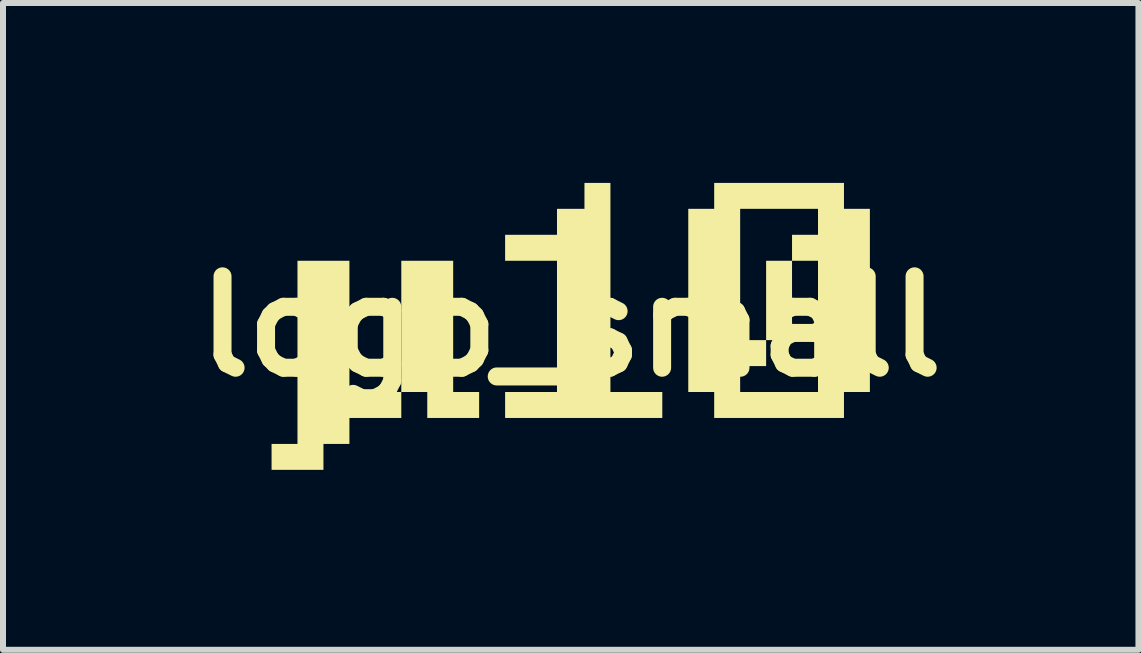
<source format=kicad_pcb>
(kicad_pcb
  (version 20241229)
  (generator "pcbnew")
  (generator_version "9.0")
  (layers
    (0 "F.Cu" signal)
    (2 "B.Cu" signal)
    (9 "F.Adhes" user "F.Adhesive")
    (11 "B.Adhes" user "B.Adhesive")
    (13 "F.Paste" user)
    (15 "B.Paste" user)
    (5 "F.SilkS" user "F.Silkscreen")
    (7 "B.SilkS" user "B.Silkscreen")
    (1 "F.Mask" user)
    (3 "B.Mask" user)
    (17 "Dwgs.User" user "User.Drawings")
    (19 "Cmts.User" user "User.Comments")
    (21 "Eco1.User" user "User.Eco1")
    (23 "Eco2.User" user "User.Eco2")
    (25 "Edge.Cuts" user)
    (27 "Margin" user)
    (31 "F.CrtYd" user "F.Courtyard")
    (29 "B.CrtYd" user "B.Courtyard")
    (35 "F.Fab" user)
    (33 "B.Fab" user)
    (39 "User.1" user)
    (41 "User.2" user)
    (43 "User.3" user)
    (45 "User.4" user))
  (footprint "logo_small"
    (layer "F.Cu")
    (at 6.466 2.392)
    (property "Reference" "logo_small" (at 0 0 0) (layer "F.SilkS") (effects (font (size 1.524 1.524) (thickness 0.3))))
    (attr board_only exclude_from_pos_files exclude_from_bom)
    (fp_poly (pts (xy 3.69 0.229) (xy 3.258 0.229) (xy 3.258 -1.094) (xy 3.69 -1.094)) (stroke (width 0) (type solid)) (fill yes) (layer "F.SilkS"))
    (fp_poly (pts (xy -1.96 1.094) (xy -1.527 1.094) (xy -1.527 1.527) (xy -2.392 1.527) (xy -2.392 1.094) (xy -2.825 1.094) (xy -2.825 -1.094) (xy -1.96 -1.094)) (stroke (width 0) (type solid)) (fill yes) (layer "F.SilkS"))
    (fp_poly (pts (xy -3.69 1.094) (xy -2.825 1.094) (xy -2.825 1.527) (xy -3.69 1.527) (xy -3.69 1.96) (xy -4.123 1.96) (xy -4.123 2.392) (xy -4.988 2.392) (xy -4.988 1.96) (xy -4.556 1.96) (xy -4.556 -1.094) (xy -3.69 -1.094)) (stroke (width 0) (type solid)) (fill yes) (layer "F.SilkS"))
    (fp_poly (pts (xy 0.662 1.094) (xy 1.527 1.094) (xy 1.527 1.527) (xy -1.094 1.527) (xy -1.094 1.094) (xy -0.229 1.094) (xy -0.229 -1.094) (xy -1.094 -1.094) (xy -1.094 -1.527) (xy -0.229 -1.527) (xy -0.229 -1.96) (xy 0.229 -1.96) (xy 0.229 -2.392) (xy 0.662 -2.392)) (stroke (width 0) (type solid)) (fill yes) (layer "F.SilkS"))
    (fp_poly (pts (xy 4.556 -1.96) (xy 4.988 -1.96) (xy 4.988 1.094) (xy 4.556 1.094) (xy 4.556 1.527) (xy 2.392 1.527) (xy 2.392 1.094) (xy 2.825 1.094) (xy 4.123 1.094) (xy 4.123 -1.094) (xy 3.69 -1.094) (xy 3.69 -1.527) (xy 4.123 -1.527) (xy 4.123 -1.96) (xy 2.825 -1.96) (xy 2.825 0.229) (xy 3.258 0.229) (xy 3.258 0.662) (xy 2.825 0.662) (xy 2.825 1.094) (xy 2.392 1.094) (xy 1.96 1.094) (xy 1.96 -1.96) (xy 2.392 -1.96) (xy 2.392 -2.392) (xy 4.556 -2.392)) (stroke (width 0) (type solid)) (fill yes) (layer "F.SilkS")))
  (gr_rect
    (start -3 -3)
    (end 15.932 7.785)
    (stroke (width 0.1) (type default))
    (fill no)
    (layer "Edge.Cuts")))
</source>
